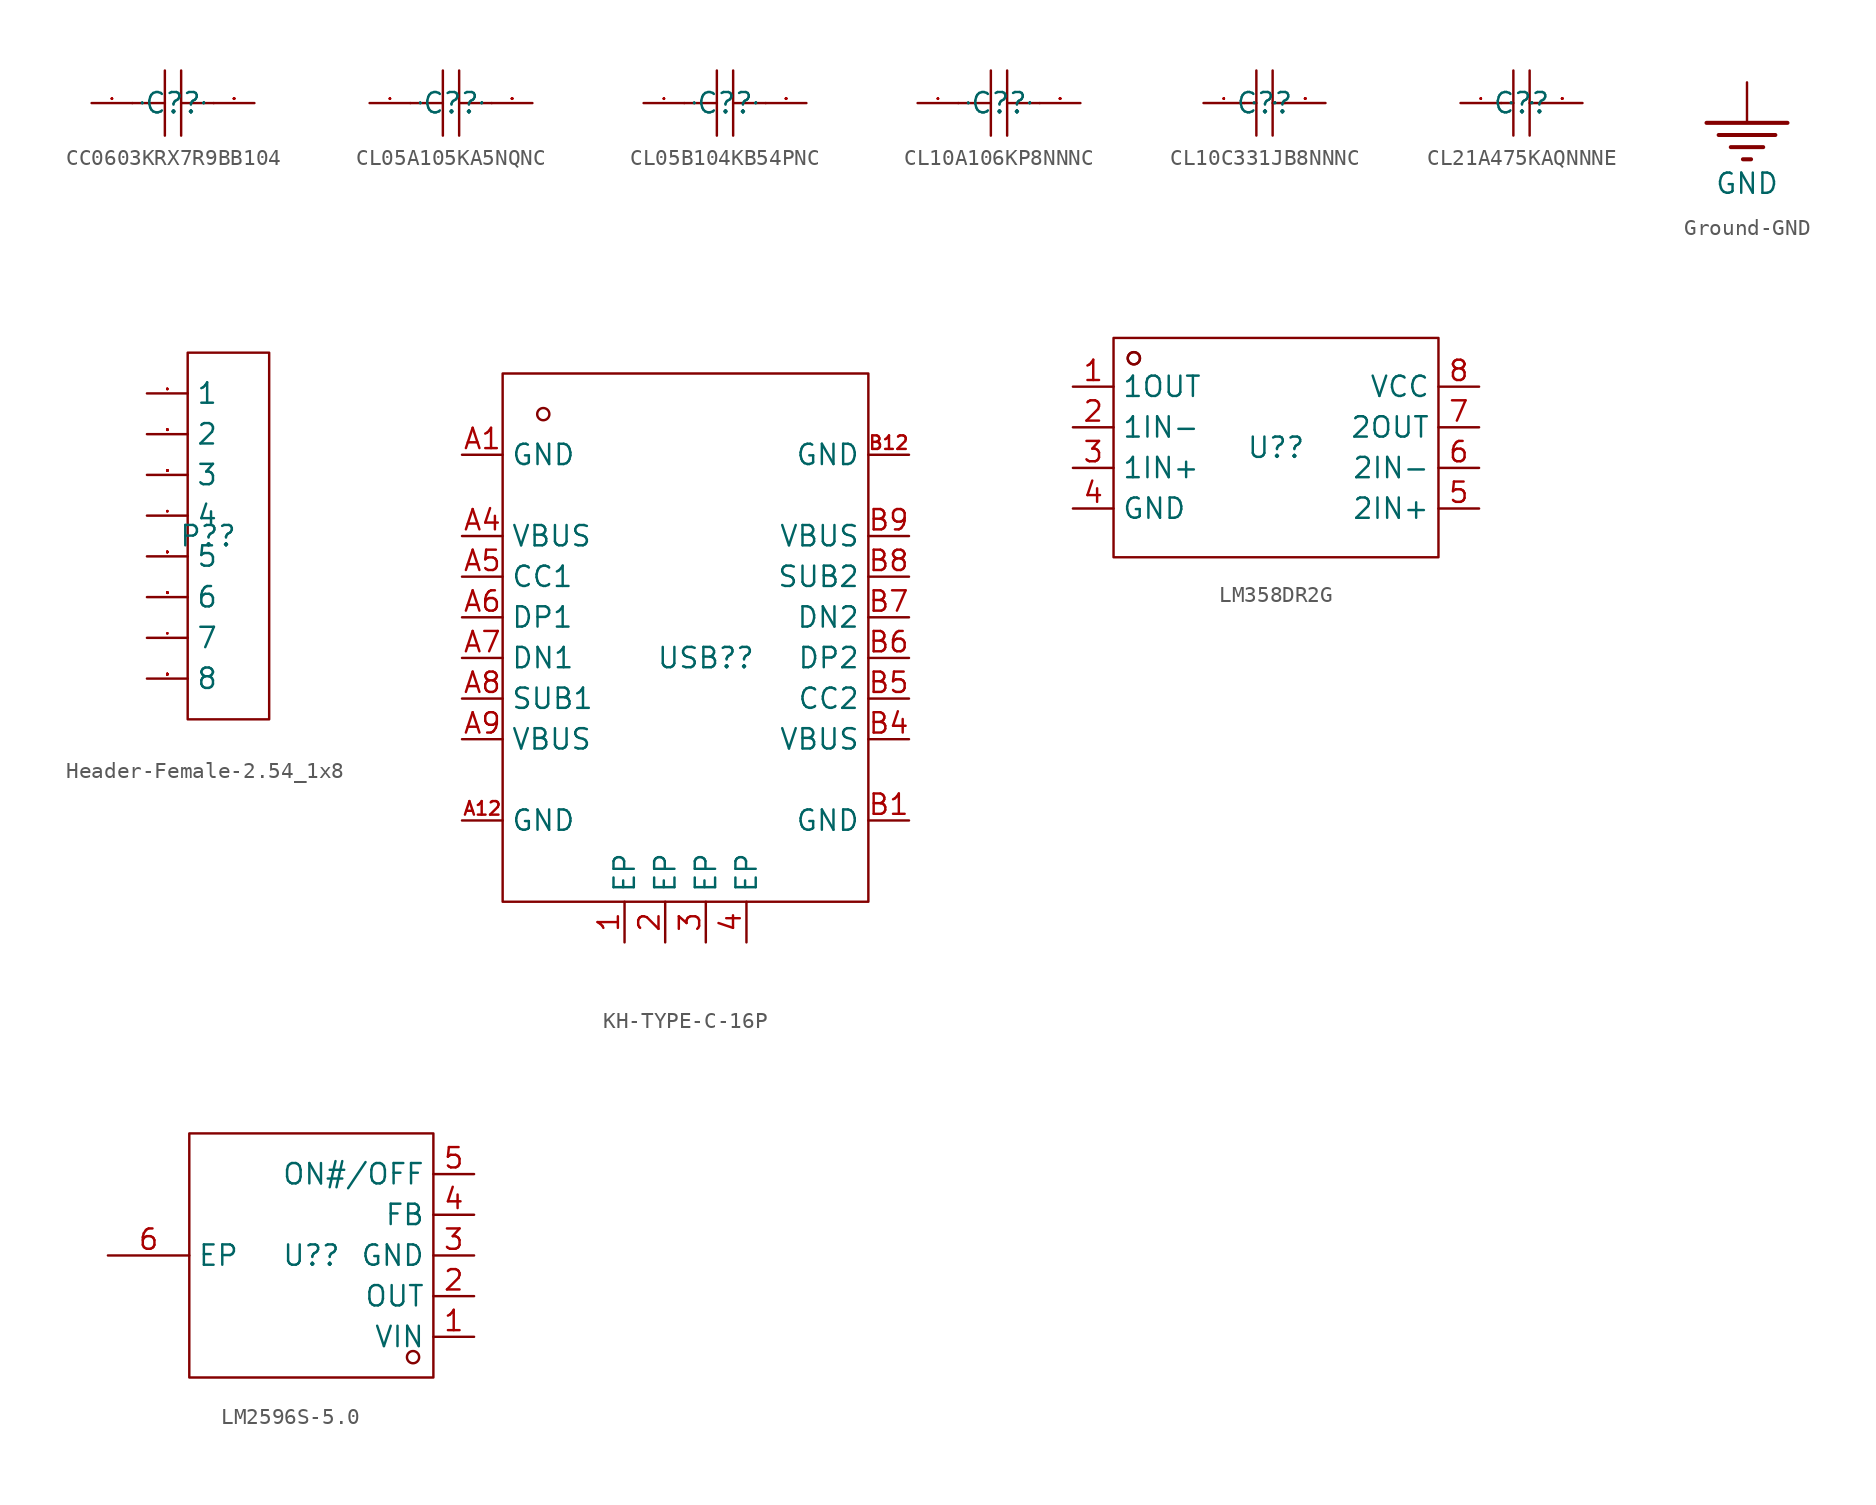
<source format=kicad_sym>
(kicad_symbol_lib
  (version 20231120)
  (generator "kicad_symbol_editor")
  (generator_version "8.0")
  (symbol "CC0603KRX7R9BB104"
    (property "Reference" "C?"
      (at 0 0 0)
      (effects (font (size 1.27 1.27))))
    (property "Value" ""
      (at 0 0 0)
      (effects (font (size 1.27 1.27))))
    (symbol "CC0603KRX7R9BB104_1_0"
      (polyline (pts (xy -0.508 -2.032) (xy -0.508 2.032)) (stroke (width 0) (type default)) (fill (type none)))
      (polyline (pts (xy -0.508 0) (xy -2.54 0)) (stroke (width 0) (type default)) (fill (type none)))
      (polyline (pts (xy 0.508 2.032) (xy 0.508 -2.032)) (stroke (width 0) (type default)) (fill (type none)))
      (polyline (pts (xy 2.54 0) (xy 0.508 0)) (stroke (width 0) (type default)) (fill (type none)))
      (pin input line (at -5.08 0 0) (length 2.54) (name "1" (effects (font (size 0.025 0.025)))) (number "1" (effects (font (size 0.025 0.025)))))
      (pin input line (at 5.08 0 180) (length 2.54) (name "2" (effects (font (size 0.025 0.025)))) (number "2" (effects (font (size 0.025 0.025)))))))
  (symbol "CL05A105KA5NQNC"
    (property "Reference" "C?"
      (at 0 0 0)
      (effects (font (size 1.27 1.27))))
    (property "Value" ""
      (at 0 0 0)
      (effects (font (size 1.27 1.27))))
    (symbol "CL05A105KA5NQNC_1_0"
      (polyline (pts (xy -0.508 -2.032) (xy -0.508 2.032)) (stroke (width 0) (type default)) (fill (type none)))
      (polyline (pts (xy -0.508 0) (xy -2.54 0)) (stroke (width 0) (type default)) (fill (type none)))
      (polyline (pts (xy 0.508 2.032) (xy 0.508 -2.032)) (stroke (width 0) (type default)) (fill (type none)))
      (polyline (pts (xy 2.54 0) (xy 0.508 0)) (stroke (width 0) (type default)) (fill (type none)))
      (pin input line (at -5.08 0 0) (length 2.54) (name "1" (effects (font (size 0.025 0.025)))) (number "1" (effects (font (size 0.025 0.025)))))
      (pin input line (at 5.08 0 180) (length 2.54) (name "2" (effects (font (size 0.025 0.025)))) (number "2" (effects (font (size 0.025 0.025)))))))
  (symbol "CL05B104KB54PNC"
    (property "Reference" "C?"
      (at 0 0 0)
      (effects (font (size 1.27 1.27))))
    (property "Value" ""
      (at 0 0 0)
      (effects (font (size 1.27 1.27))))
    (symbol "CL05B104KB54PNC_1_0"
      (polyline (pts (xy -0.508 0) (xy -2.54 0)) (stroke (width 0) (type default)) (fill (type none)))
      (polyline (pts (xy -0.508 2.032) (xy -0.508 -2.032)) (stroke (width 0) (type default)) (fill (type none)))
      (polyline (pts (xy 0.508 -2.032) (xy 0.508 2.032)) (stroke (width 0) (type default)) (fill (type none)))
      (polyline (pts (xy 2.54 0) (xy 0.508 0)) (stroke (width 0) (type default)) (fill (type none)))
      (pin input line (at -5.08 0 0) (length 2.54) (name "1" (effects (font (size 0.025 0.025)))) (number "1" (effects (font (size 0.025 0.025)))))
      (pin input line (at 5.08 0 180) (length 2.54) (name "2" (effects (font (size 0.025 0.025)))) (number "2" (effects (font (size 0.025 0.025)))))))
  (symbol "CL10A106KP8NNNC"
    (property "Reference" "C?"
      (at 0 0 0)
      (effects (font (size 1.27 1.27))))
    (property "Value" ""
      (at 0 0 0)
      (effects (font (size 1.27 1.27))))
    (symbol "CL10A106KP8NNNC_1_0"
      (polyline (pts (xy -0.508 -2.032) (xy -0.508 2.032)) (stroke (width 0) (type default)) (fill (type none)))
      (polyline (pts (xy -0.508 0) (xy -2.54 0)) (stroke (width 0) (type default)) (fill (type none)))
      (polyline (pts (xy 0.508 2.032) (xy 0.508 -2.032)) (stroke (width 0) (type default)) (fill (type none)))
      (polyline (pts (xy 2.54 0) (xy 0.508 0)) (stroke (width 0) (type default)) (fill (type none)))
      (pin input line (at -5.08 0 0) (length 2.54) (name "1" (effects (font (size 0.025 0.025)))) (number "1" (effects (font (size 0.025 0.025)))))
      (pin input line (at 5.08 0 180) (length 2.54) (name "2" (effects (font (size 0.025 0.025)))) (number "2" (effects (font (size 0.025 0.025)))))))
  (symbol "CL10C331JB8NNNC"
    (property "Reference" "C?"
      (at 0 0 0)
      (effects (font (size 1.27 1.27))))
    (property "Value" ""
      (at 0 0 0)
      (effects (font (size 1.27 1.27))))
    (symbol "CL10C331JB8NNNC_1_0"
      (polyline (pts (xy -1.27 0) (xy -0.508 0)) (stroke (width 0) (type default)) (fill (type none)))
      (polyline (pts (xy -0.508 2.032) (xy -0.508 -2.032)) (stroke (width 0) (type default)) (fill (type none)))
      (polyline (pts (xy 0.508 0) (xy 1.27 0)) (stroke (width 0) (type default)) (fill (type none)))
      (polyline (pts (xy 0.508 2.032) (xy 0.508 -2.032)) (stroke (width 0) (type default)) (fill (type none)))
      (pin input line (at -3.81 0 0) (length 2.54) (name "1" (effects (font (size 0.025 0.025)))) (number "1" (effects (font (size 0.025 0.025)))))
      (pin input line (at 3.81 0 180) (length 2.54) (name "2" (effects (font (size 0.025 0.025)))) (number "2" (effects (font (size 0.025 0.025)))))))
  (symbol "CL21A475KAQNNNE"
    (property "Reference" "C?"
      (at 0 0 0)
      (effects (font (size 1.27 1.27))))
    (property "Value" ""
      (at 0 0 0)
      (effects (font (size 1.27 1.27))))
    (symbol "CL21A475KAQNNNE_1_0"
      (polyline (pts (xy -1.27 0) (xy -0.508 0)) (stroke (width 0) (type default)) (fill (type none)))
      (polyline (pts (xy -0.508 2.032) (xy -0.508 -2.032)) (stroke (width 0) (type default)) (fill (type none)))
      (polyline (pts (xy 0.508 0) (xy 1.27 0)) (stroke (width 0) (type default)) (fill (type none)))
      (polyline (pts (xy 0.508 2.032) (xy 0.508 -2.032)) (stroke (width 0) (type default)) (fill (type none)))
      (pin input line (at -3.81 0 0) (length 2.54) (name "1" (effects (font (size 0.025 0.025)))) (number "1" (effects (font (size 0.025 0.025)))))
      (pin input line (at 3.81 0 180) (length 2.54) (name "2" (effects (font (size 0.025 0.025)))) (number "2" (effects (font (size 0.025 0.025)))))))
  (symbol "Ground-GND"
    (power)
    (pin_numbers hide)
    (pin_names hide)
    (property "Reference" "#PWR"
      (at 0 0 0)
      (effects (font (size 1.27 1.27)) (hide yes)))
    (property "Value" "GND"
      (at 0 -6.35 0)
      (effects (font (size 1.27 1.27))))
    (symbol "Ground-GND_1_0"
      (polyline (pts (xy -2.54 -2.54) (xy 2.54 -2.54)) (stroke (width 0.254) (type default)) (fill (type none)))
      (polyline (pts (xy -1.778 -3.302) (xy 1.778 -3.302)) (stroke (width 0.254) (type default)) (fill (type none)))
      (polyline (pts (xy -1.016 -4.064) (xy 1.016 -4.064)) (stroke (width 0.254) (type default)) (fill (type none)))
      (polyline (pts (xy -0.254 -4.826) (xy 0.254 -4.826)) (stroke (width 0.254) (type default)) (fill (type none)))
      (pin power_in line (at 0 0 270) (length 2.54) (name "" (effects (font (size 1.27 1.27)))) (number "1" (effects (font (size 0.025 0.025)))))))
  (symbol "Header-Female-2.54_1x8"
    (property "Reference" "P?"
      (at 0 0 0)
      (effects (font (size 1.27 1.27))))
    (property "Value" ""
      (at 0 0 0)
      (effects (font (size 1.27 1.27))))
    (symbol "Header-Female-2.54_1x8_1_0"
      (rectangle (start -1.27 -11.43) (end 3.81 11.43) (stroke (width 0) (type default)) (fill (type none)))
      (pin input line (at -3.81 8.89 0) (length 2.54) (name "1" (effects (font (size 1.27 1.27)))) (number "1" (effects (font (size 0.025 0.025)))))
      (pin input line (at -3.81 6.35 0) (length 2.54) (name "2" (effects (font (size 1.27 1.27)))) (number "2" (effects (font (size 0.025 0.025)))))
      (pin input line (at -3.81 3.81 0) (length 2.54) (name "3" (effects (font (size 1.27 1.27)))) (number "3" (effects (font (size 0.025 0.025)))))
      (pin input line (at -3.81 1.27 0) (length 2.54) (name "4" (effects (font (size 1.27 1.27)))) (number "4" (effects (font (size 0.025 0.025)))))
      (pin input line (at -3.81 -1.27 0) (length 2.54) (name "5" (effects (font (size 1.27 1.27)))) (number "5" (effects (font (size 0.025 0.025)))))
      (pin input line (at -3.81 -3.81 0) (length 2.54) (name "6" (effects (font (size 1.27 1.27)))) (number "6" (effects (font (size 0.025 0.025)))))
      (pin input line (at -3.81 -6.35 0) (length 2.54) (name "7" (effects (font (size 1.27 1.27)))) (number "7" (effects (font (size 0.025 0.025)))))
      (pin input line (at -3.81 -8.89 0) (length 2.54) (name "8" (effects (font (size 1.27 1.27)))) (number "8" (effects (font (size 0.025 0.025)))))))
  (symbol "KH-TYPE-C-16P"
    (property "Reference" "USB?"
      (at 0 0 0)
      (effects (font (size 1.27 1.27))))
    (property "Value" ""
      (at 0 0 0)
      (effects (font (size 1.27 1.27))))
    (symbol "KH-TYPE-C-16P_1_0"
      (rectangle (start -12.7 -15.24) (end 10.16 17.78) (stroke (width 0) (type default)) (fill (type none)))
      (circle (center -10.16 15.24) (radius 0.381) (stroke (width 0) (type default)) (fill (type none)))
      (pin unspecified line (at -5.08 -17.78 90) (length 2.54) (name "EP" (effects (font (size 1.27 1.27)))) (number "1" (effects (font (size 1.27 1.27)))))
      (pin unspecified line (at -2.54 -17.78 90) (length 2.54) (name "EP" (effects (font (size 1.27 1.27)))) (number "2" (effects (font (size 1.27 1.27)))))
      (pin unspecified line (at 0 -17.78 90) (length 2.54) (name "EP" (effects (font (size 1.27 1.27)))) (number "3" (effects (font (size 1.27 1.27)))))
      (pin unspecified line (at 2.54 -17.78 90) (length 2.54) (name "EP" (effects (font (size 1.27 1.27)))) (number "4" (effects (font (size 1.27 1.27)))))
      (pin unspecified line (at -15.24 12.7 0) (length 2.54) (name "GND" (effects (font (size 1.27 1.27)))) (number "A1" (effects (font (size 1.27 1.27)))))
      (pin unspecified line (at -15.24 -10.16 0) (length 2.54) (name "GND" (effects (font (size 1.27 1.27)))) (number "A12" (effects (font (size 0.847 0.847)))))
      (pin unspecified line (at -15.24 7.62 0) (length 2.54) (name "VBUS" (effects (font (size 1.27 1.27)))) (number "A4" (effects (font (size 1.27 1.27)))))
      (pin unspecified line (at -15.24 5.08 0) (length 2.54) (name "CC1" (effects (font (size 1.27 1.27)))) (number "A5" (effects (font (size 1.27 1.27)))))
      (pin unspecified line (at -15.24 2.54 0) (length 2.54) (name "DP1" (effects (font (size 1.27 1.27)))) (number "A6" (effects (font (size 1.27 1.27)))))
      (pin unspecified line (at -15.24 0 0) (length 2.54) (name "DN1" (effects (font (size 1.27 1.27)))) (number "A7" (effects (font (size 1.27 1.27)))))
      (pin unspecified line (at -15.24 -2.54 0) (length 2.54) (name "SUB1" (effects (font (size 1.27 1.27)))) (number "A8" (effects (font (size 1.27 1.27)))))
      (pin unspecified line (at -15.24 -5.08 0) (length 2.54) (name "VBUS" (effects (font (size 1.27 1.27)))) (number "A9" (effects (font (size 1.27 1.27)))))
      (pin unspecified line (at 12.7 -10.16 180) (length 2.54) (name "GND" (effects (font (size 1.27 1.27)))) (number "B1" (effects (font (size 1.27 1.27)))))
      (pin unspecified line (at 12.7 12.7 180) (length 2.54) (name "GND" (effects (font (size 1.27 1.27)))) (number "B12" (effects (font (size 0.847 0.847)))))
      (pin unspecified line (at 12.7 -5.08 180) (length 2.54) (name "VBUS" (effects (font (size 1.27 1.27)))) (number "B4" (effects (font (size 1.27 1.27)))))
      (pin unspecified line (at 12.7 -2.54 180) (length 2.54) (name "CC2" (effects (font (size 1.27 1.27)))) (number "B5" (effects (font (size 1.27 1.27)))))
      (pin unspecified line (at 12.7 0 180) (length 2.54) (name "DP2" (effects (font (size 1.27 1.27)))) (number "B6" (effects (font (size 1.27 1.27)))))
      (pin unspecified line (at 12.7 2.54 180) (length 2.54) (name "DN2" (effects (font (size 1.27 1.27)))) (number "B7" (effects (font (size 1.27 1.27)))))
      (pin unspecified line (at 12.7 5.08 180) (length 2.54) (name "SUB2" (effects (font (size 1.27 1.27)))) (number "B8" (effects (font (size 1.27 1.27)))))
      (pin unspecified line (at 12.7 7.62 180) (length 2.54) (name "VBUS" (effects (font (size 1.27 1.27)))) (number "B9" (effects (font (size 1.27 1.27)))))))
  (symbol "LM358DR2G"
    (property "Reference" "U?"
      (at 0 0 0)
      (effects (font (size 1.27 1.27))))
    (property "Value" ""
      (at 0 0 0)
      (effects (font (size 1.27 1.27))))
    (symbol "LM358DR2G_1_0"
      (rectangle (start -10.16 -6.858) (end 10.16 6.858) (stroke (width 0) (type default)) (fill (type none)))
      (circle (center -8.89 5.588) (radius 0.381) (stroke (width 0) (type default)) (fill (type none)))
      (circle (center -8.89 5.588) (radius 0.381) (stroke (width 0) (type default)) (fill (type none)))
      (pin input line (at -12.7 3.81 0) (length 2.54) (name "1OUT" (effects (font (size 1.27 1.27)))) (number "1" (effects (font (size 1.27 1.27)))))
      (pin input line (at -12.7 1.27 0) (length 2.54) (name "1IN-" (effects (font (size 1.27 1.27)))) (number "2" (effects (font (size 1.27 1.27)))))
      (pin input line (at -12.7 -1.27 0) (length 2.54) (name "1IN+" (effects (font (size 1.27 1.27)))) (number "3" (effects (font (size 1.27 1.27)))))
      (pin input line (at -12.7 -3.81 0) (length 2.54) (name "GND" (effects (font (size 1.27 1.27)))) (number "4" (effects (font (size 1.27 1.27)))))
      (pin input line (at 12.7 -3.81 180) (length 2.54) (name "2IN+" (effects (font (size 1.27 1.27)))) (number "5" (effects (font (size 1.27 1.27)))))
      (pin input line (at 12.7 -1.27 180) (length 2.54) (name "2IN-" (effects (font (size 1.27 1.27)))) (number "6" (effects (font (size 1.27 1.27)))))
      (pin input line (at 12.7 1.27 180) (length 2.54) (name "2OUT" (effects (font (size 1.27 1.27)))) (number "7" (effects (font (size 1.27 1.27)))))
      (pin input line (at 12.7 3.81 180) (length 2.54) (name "VCC" (effects (font (size 1.27 1.27)))) (number "8" (effects (font (size 1.27 1.27)))))))
  (symbol "LM2596S-5.0"
    (property "Reference" "U?"
      (at 0 0 0)
      (effects (font (size 1.27 1.27))))
    (property "Value" ""
      (at 0 0 0)
      (effects (font (size 1.27 1.27))))
    (symbol "LM2596S-5.0_1_0"
      (rectangle (start -7.62 -7.62) (end 7.62 7.62) (stroke (width 0) (type default)) (fill (type none)))
      (circle (center 6.35 -6.35) (radius 0.381) (stroke (width 0) (type default)) (fill (type none)))
      (pin unspecified line (at 10.16 -5.08 180) (length 2.54) (name "VIN" (effects (font (size 1.27 1.27)))) (number "1" (effects (font (size 1.27 1.27)))))
      (pin unspecified line (at 10.16 -2.54 180) (length 2.54) (name "OUT" (effects (font (size 1.27 1.27)))) (number "2" (effects (font (size 1.27 1.27)))))
      (pin unspecified line (at 10.16 0 180) (length 2.54) (name "GND" (effects (font (size 1.27 1.27)))) (number "3" (effects (font (size 1.27 1.27)))))
      (pin unspecified line (at 10.16 2.54 180) (length 2.54) (name "FB" (effects (font (size 1.27 1.27)))) (number "4" (effects (font (size 1.27 1.27)))))
      (pin unspecified line (at 10.16 5.08 180) (length 2.54) (name "ON#/OFF" (effects (font (size 1.27 1.27)))) (number "5" (effects (font (size 1.27 1.27)))))
      (pin unspecified line (at -12.7 0 0) (length 5.08) (name "EP" (effects (font (size 1.27 1.27)))) (number "6" (effects (font (size 1.27 1.27))))))))
</source>
